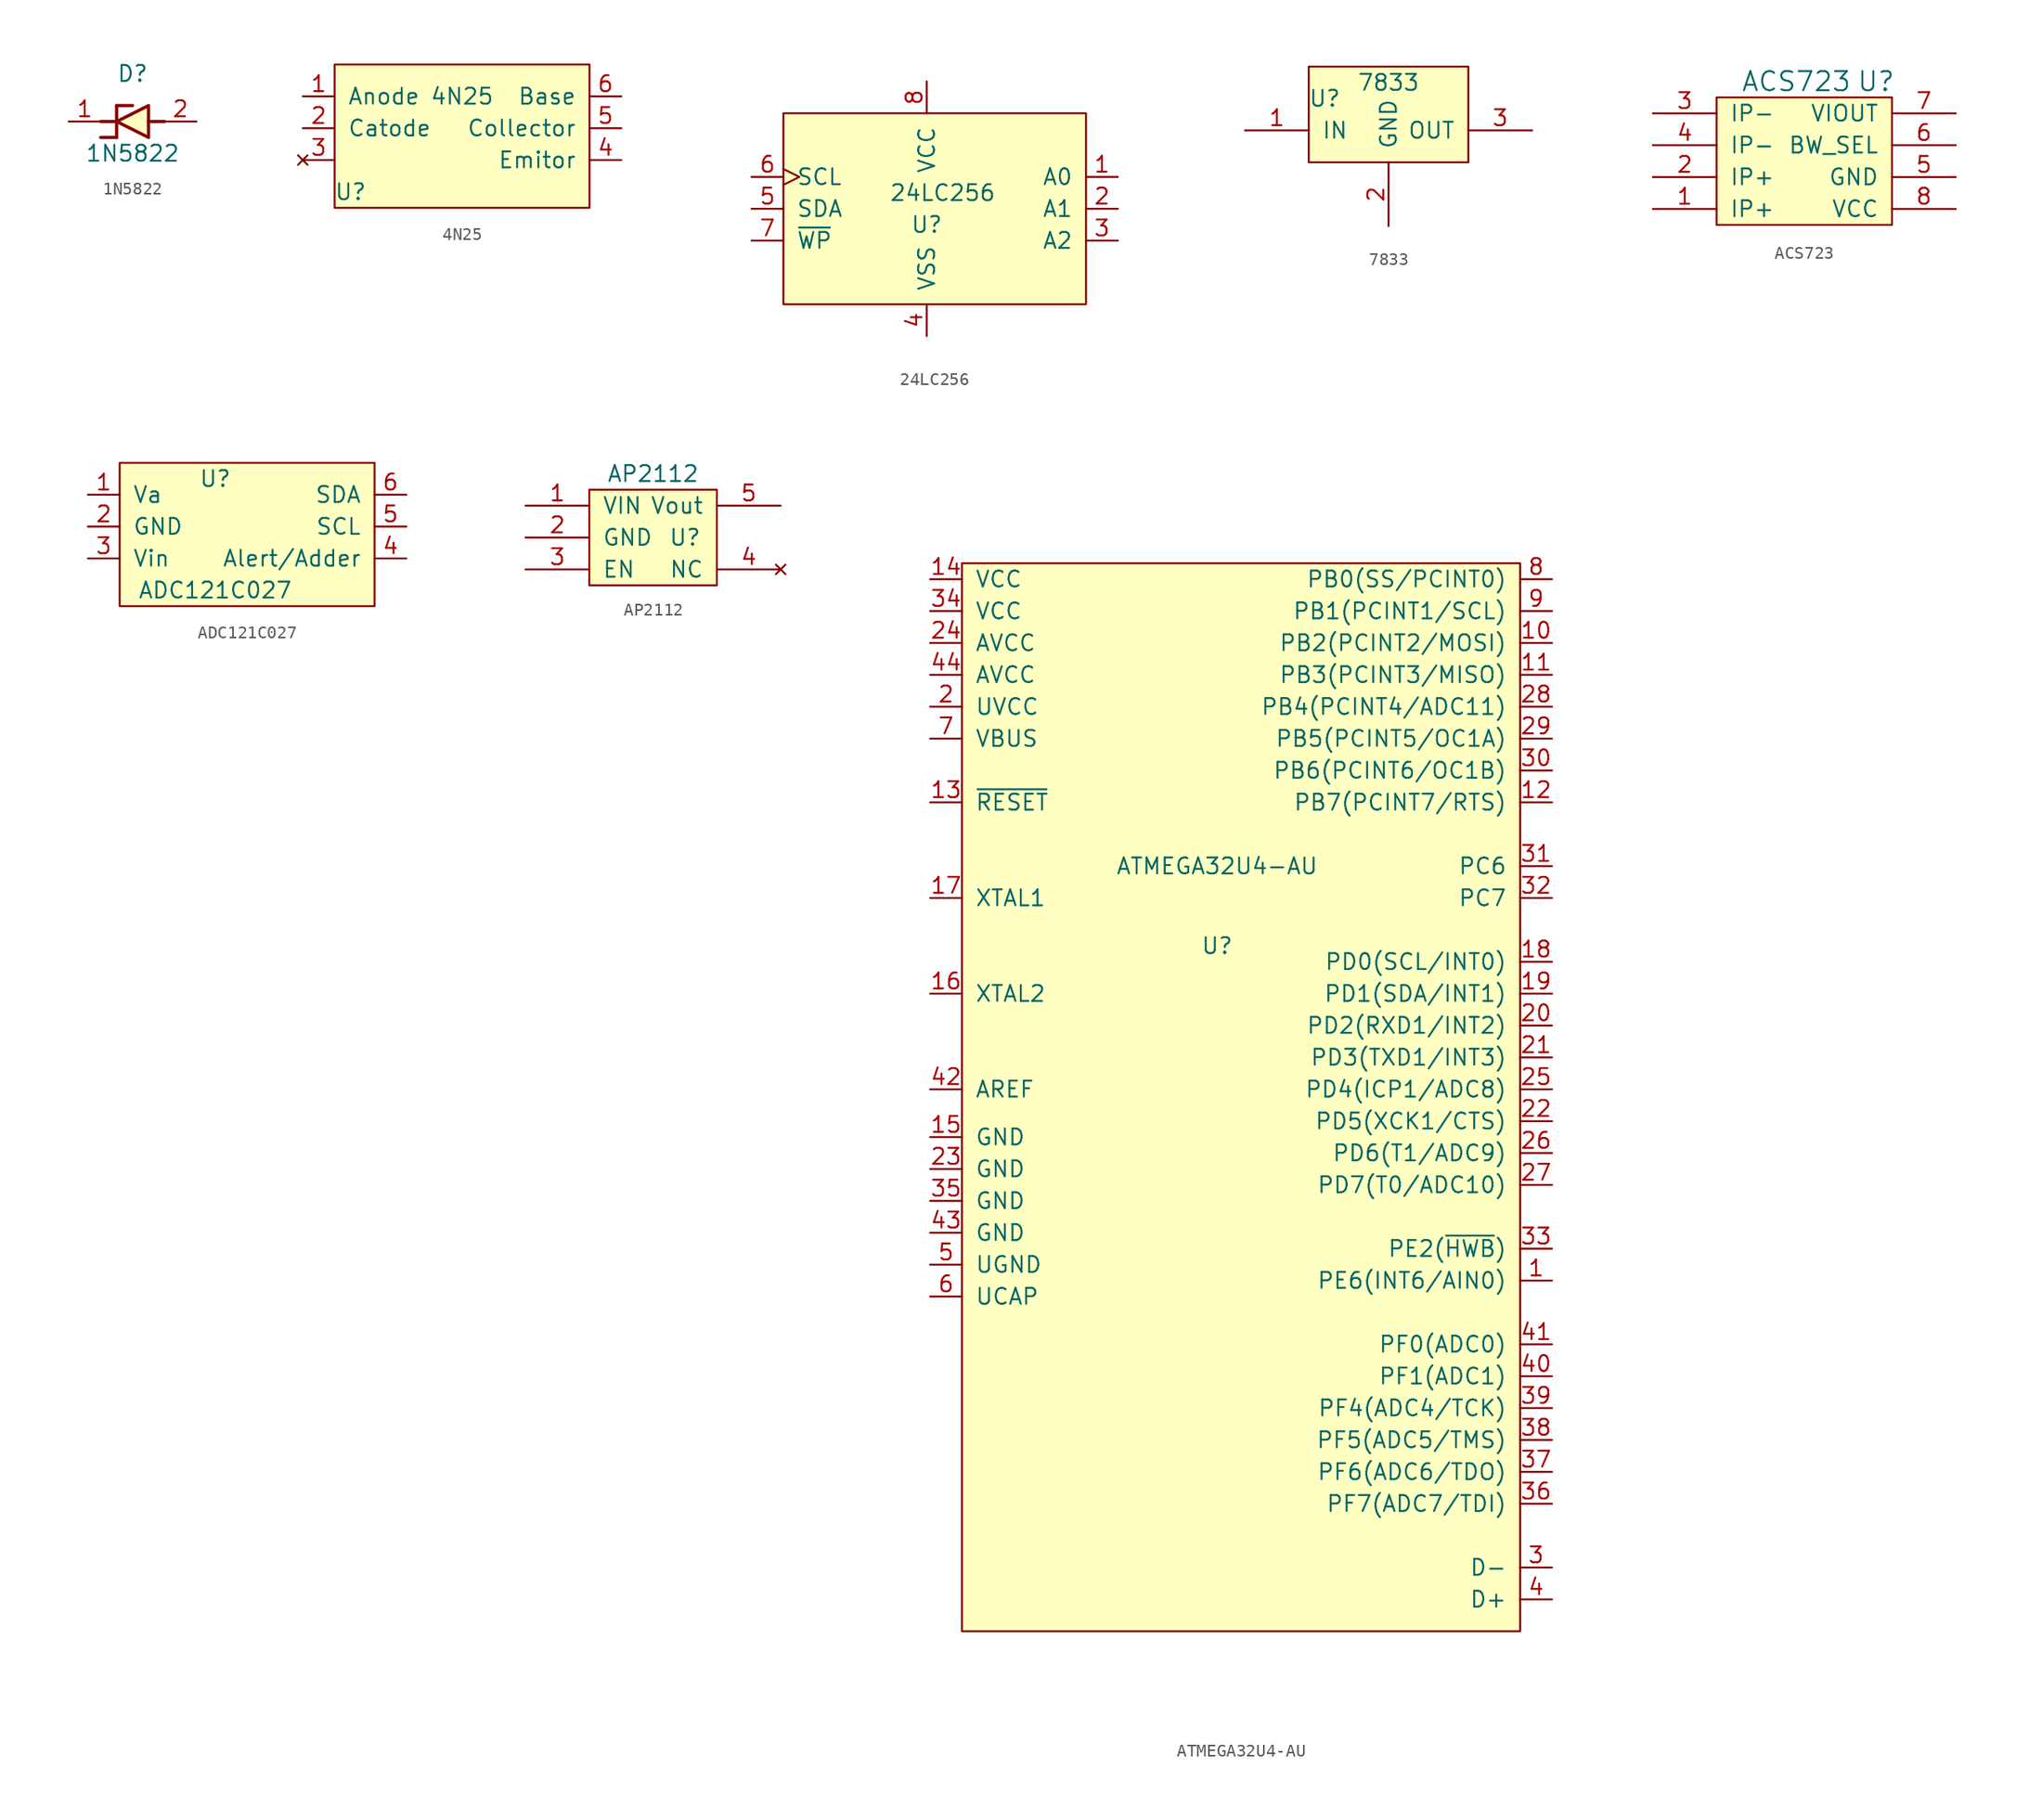
<source format=kicad_sym>
(kicad_symbol_lib
  (version 20201005)
  (generator kicad_symbol_editor)
  (symbol "Halfgelijders:1N5822"
    (pin_names
      (offset 1.016))
    (property "Reference" "D"
      (at 0 3.81 0)
      (effects (font (size 1.27 1.27))))
    (property "Value" "1N5822"
      (at 0 -2.54 0)
      (effects (font (size 1.27 1.27))))
    (symbol "1N5822_0_1"
      (polyline (pts (xy -2.54 0) (xy -1.27 0)) (stroke (width 0.254)) (fill (type none)))
      (polyline (pts (xy -1.27 -1.27) (xy -2.54 -1.27)) (stroke (width 0)) (fill (type none)))
      (polyline (pts (xy -1.27 -1.27) (xy -2.54 -1.27)) (stroke (width 0.254)) (fill (type none)))
      (polyline (pts (xy -1.27 1.27) (xy 0 1.27)) (stroke (width 0)) (fill (type none)))
      (polyline (pts (xy -1.27 1.27) (xy 0 1.27)) (stroke (width 0.254)) (fill (type none)))
      (polyline (pts (xy 2.54 0) (xy 1.27 0)) (stroke (width 0.254)) (fill (type none))))
    (symbol "1N5822_1_1"
      (polyline (pts (xy -1.27 1.27) (xy -1.27 -1.27)) (stroke (width 0.254)) (fill (type none)))
      (polyline (pts (xy 1.27 1.27) (xy 1.27 -1.27) (xy -1.27 0) (xy 1.27 1.27)) (stroke (width 0.254)) (fill (type background)))
      (pin passive line (at -5.08 0 0) (length 2.54) (name "~" (effects (font (size 1.27 1.27)))) (number "1" (effects (font (size 1.27 1.27)))))
      (pin passive line (at 5.08 0 180) (length 2.54) (name "~" (effects (font (size 1.27 1.27)))) (number "2" (effects (font (size 1.27 1.27)))))))
  (symbol "Halfgelijders:4N25"
    (pin_names
      (offset 1.016))
    (property "Reference" "U"
      (at 1.27 -5.08 0)
      (effects (font (size 1.27 1.27))))
    (property "Value" "4N25"
      (at 10.16 2.54 0)
      (effects (font (size 1.27 1.27))))
    (symbol "4N25_0_1"
      (rectangle (start 0 5.08) (end 20.32 -6.35) (stroke (width 0)) (fill (type background))))
    (symbol "4N25_1_1"
      (pin passive line (at -2.54 2.54 0) (length 2.54) (name "Anode" (effects (font (size 1.27 1.27)))) (number "1" (effects (font (size 1.27 1.27)))))
      (pin passive line (at -2.54 0 0) (length 2.54) (name "Catode" (effects (font (size 1.27 1.27)))) (number "2" (effects (font (size 1.27 1.27)))))
      (pin no_connect line (at -2.54 -2.54 0) (length 2.54) (name "~" (effects (font (size 1.27 1.27)))) (number "3" (effects (font (size 1.27 1.27)))))
      (pin passive line (at 22.86 -2.54 180) (length 2.54) (name "Emitor" (effects (font (size 1.27 1.27)))) (number "4" (effects (font (size 1.27 1.27)))))
      (pin passive line (at 22.86 0 180) (length 2.54) (name "Collector" (effects (font (size 1.27 1.27)))) (number "5" (effects (font (size 1.27 1.27)))))
      (pin passive line (at 22.86 2.54 180) (length 2.54) (name "Base" (effects (font (size 1.27 1.27)))) (number "6" (effects (font (size 1.27 1.27)))))))
  (symbol "Halfgelijders:24LC256"
    (pin_names
      (offset 1.016))
    (property "Reference" "U"
      (at 11.43 -3.81 0)
      (effects (font (size 1.27 1.27))))
    (property "Value" "24LC256"
      (at 12.7 -1.27 0)
      (effects (font (size 1.27 1.27))))
    (symbol "24LC256_0_0"
      (rectangle (start 0 5.08) (end 24.13 -10.16) (stroke (width 0)) (fill (type background))))
    (symbol "24LC256_1_1"
      (pin input line (at 26.67 0 180) (length 2.54) (name "A0" (effects (font (size 1.27 1.27)))) (number "1" (effects (font (size 1.27 1.27)))))
      (pin input line (at 26.67 -2.54 180) (length 2.54) (name "A1" (effects (font (size 1.27 1.27)))) (number "2" (effects (font (size 1.27 1.27)))))
      (pin input line (at 26.67 -5.08 180) (length 2.54) (name "A2" (effects (font (size 1.27 1.27)))) (number "3" (effects (font (size 1.27 1.27)))))
      (pin power_out line (at 11.43 -12.7 90) (length 2.54) (name "VSS" (effects (font (size 1.27 1.27)))) (number "4" (effects (font (size 1.27 1.27)))))
      (pin bidirectional line (at -2.54 -2.54 0) (length 2.54) (name "SDA" (effects (font (size 1.27 1.27)))) (number "5" (effects (font (size 1.27 1.27)))))
      (pin input clock (at -2.54 0 0) (length 2.54) (name "SCL" (effects (font (size 1.27 1.27)))) (number "6" (effects (font (size 1.27 1.27)))))
      (pin input line (at -2.54 -5.08 0) (length 2.54) (name "~WP" (effects (font (size 1.27 1.27)))) (number "7" (effects (font (size 1.27 1.27)))))
      (pin power_in line (at 11.43 7.62 270) (length 2.54) (name "VCC" (effects (font (size 1.27 1.27)))) (number "8" (effects (font (size 1.27 1.27)))))))
  (symbol "Halfgelijders:7833"
    (pin_names
      (offset 1.016))
    (property "Reference" "U"
      (at 1.27 3.81 0)
      (effects (font (size 1.27 1.27))))
    (property "Value" "7833"
      (at 6.35 5.08 0)
      (effects (font (size 1.27 1.27))))
    (symbol "7833_0_1"
      (rectangle (start 0 6.35) (end 12.7 -1.27) (stroke (width 0)) (fill (type background))))
    (symbol "7833_1_1"
      (pin power_in line (at -5.08 1.27 0) (length 5.08) (name "IN" (effects (font (size 1.27 1.27)))) (number "1" (effects (font (size 1.27 1.27)))))
      (pin passive line (at 6.35 -6.35 90) (length 5.08) (name "GND" (effects (font (size 1.27 1.27)))) (number "2" (effects (font (size 1.27 1.27)))))
      (pin power_out line (at 17.78 1.27 180) (length 5.08) (name "OUT" (effects (font (size 1.27 1.27)))) (number "3" (effects (font (size 1.27 1.27)))))))
  (symbol "Halfgelijders:ACS723"
    (pin_names
      (offset 1.016))
    (property "Reference" "U"
      (at 5.08 7.62 0)
      (effects (font (size 1.524 1.524))))
    (property "Value" "ACS723"
      (at -1.27 7.62 0)
      (effects (font (size 1.524 1.524))))
    (symbol "ACS723_0_1"
      (rectangle (start -7.62 6.35) (end 6.35 -3.81) (stroke (width 0)) (fill (type background))))
    (symbol "ACS723_1_1"
      (pin input line (at -12.7 -2.54 0) (length 5.08) (name "IP+" (effects (font (size 1.27 1.27)))) (number "1" (effects (font (size 1.27 1.27)))))
      (pin input line (at -12.7 0 0) (length 5.08) (name "IP+" (effects (font (size 1.27 1.27)))) (number "2" (effects (font (size 1.27 1.27)))))
      (pin input line (at -12.7 5.08 0) (length 5.08) (name "IP-" (effects (font (size 1.27 1.27)))) (number "3" (effects (font (size 1.27 1.27)))))
      (pin input line (at -12.7 2.54 0) (length 5.08) (name "IP-" (effects (font (size 1.27 1.27)))) (number "4" (effects (font (size 1.27 1.27)))))
      (pin input line (at 11.43 0 180) (length 5.08) (name "GND" (effects (font (size 1.27 1.27)))) (number "5" (effects (font (size 1.27 1.27)))))
      (pin input line (at 11.43 2.54 180) (length 5.08) (name "BW_SEL" (effects (font (size 1.27 1.27)))) (number "6" (effects (font (size 1.27 1.27)))))
      (pin input line (at 11.43 5.08 180) (length 5.08) (name "VIOUT" (effects (font (size 1.27 1.27)))) (number "7" (effects (font (size 1.27 1.27)))))
      (pin input line (at 11.43 -2.54 180) (length 5.08) (name "VCC" (effects (font (size 1.27 1.27)))) (number "8" (effects (font (size 1.27 1.27)))))))
  (symbol "Halfgelijders:ADC121C027"
    (pin_names
      (offset 1.016))
    (property "Reference" "U"
      (at 7.62 1.27 0)
      (effects (font (size 1.27 1.27))))
    (property "Value" "ADC121C027"
      (at 7.62 -7.62 0)
      (effects (font (size 1.27 1.27))))
    (symbol "ADC121C027_0_1"
      (rectangle (start 0 2.54) (end 20.32 -8.89) (stroke (width 0)) (fill (type background))))
    (symbol "ADC121C027_1_1"
      (pin input line (at -2.54 0 0) (length 2.54) (name "Va" (effects (font (size 1.27 1.27)))) (number "1" (effects (font (size 1.27 1.27)))))
      (pin input line (at -2.54 -2.54 0) (length 2.54) (name "GND" (effects (font (size 1.27 1.27)))) (number "2" (effects (font (size 1.27 1.27)))))
      (pin input line (at -2.54 -5.08 0) (length 2.54) (name "Vin" (effects (font (size 1.27 1.27)))) (number "3" (effects (font (size 1.27 1.27)))))
      (pin input line (at 22.86 -5.08 180) (length 2.54) (name "Alert/Adder" (effects (font (size 1.27 1.27)))) (number "4" (effects (font (size 1.27 1.27)))))
      (pin input line (at 22.86 -2.54 180) (length 2.54) (name "SCL" (effects (font (size 1.27 1.27)))) (number "5" (effects (font (size 1.27 1.27)))))
      (pin input line (at 22.86 0 180) (length 2.54) (name "SDA" (effects (font (size 1.27 1.27)))) (number "6" (effects (font (size 1.27 1.27)))))))
  (symbol "Halfgelijders:AP2112"
    (pin_names
      (offset 1.016))
    (property "Reference" "U"
      (at 7.62 3.81 0)
      (effects (font (size 1.27 1.27))))
    (property "Value" "AP2112"
      (at 5.08 8.89 0)
      (effects (font (size 1.27 1.27))))
    (symbol "AP2112_0_1"
      (rectangle (start 0 7.62) (end 10.16 0) (stroke (width 0)) (fill (type background))))
    (symbol "AP2112_1_1"
      (pin passive line (at -5.08 6.35 0) (length 5.08) (name "VIN" (effects (font (size 1.27 1.27)))) (number "1" (effects (font (size 1.27 1.27)))))
      (pin passive line (at -5.08 3.81 0) (length 5.08) (name "GND" (effects (font (size 1.27 1.27)))) (number "2" (effects (font (size 1.27 1.27)))))
      (pin passive line (at -5.08 1.27 0) (length 5.08) (name "EN" (effects (font (size 1.27 1.27)))) (number "3" (effects (font (size 1.27 1.27)))))
      (pin no_connect line (at 15.24 1.27 180) (length 5.08) (name "NC" (effects (font (size 1.27 1.27)))) (number "4" (effects (font (size 1.27 1.27)))))
      (pin passive line (at 15.24 6.35 180) (length 5.08) (name "Vout" (effects (font (size 1.27 1.27)))) (number "5" (effects (font (size 1.27 1.27)))))))
  (symbol "Halfgelijders:ATMEGA32U4-AU"
    (pin_names
      (offset 1.016))
    (property "Reference" "U"
      (at 20.32 -29.21 0)
      (effects (font (size 1.27 1.27))))
    (property "Value" "ATMEGA32U4-AU"
      (at 20.32 -22.86 0)
      (effects (font (size 1.27 1.27))))
    (symbol "ATMEGA32U4-AU_0_1"
      (rectangle (start 0 1.27) (end 44.45 -83.82) (stroke (width 0)) (fill (type background))))
    (symbol "ATMEGA32U4-AU_1_1"
      (pin output line (at 46.99 -55.88 180) (length 2.54) (name "PE6(INT6/AIN0)" (effects (font (size 1.27 1.27)))) (number "1" (effects (font (size 1.27 1.27)))))
      (pin output line (at 46.99 -5.08 180) (length 2.54) (name "PB2(PCINT2/MOSI)" (effects (font (size 1.27 1.27)))) (number "10" (effects (font (size 1.27 1.27)))))
      (pin output line (at 46.99 -7.62 180) (length 2.54) (name "PB3(PCINT3/MISO)" (effects (font (size 1.27 1.27)))) (number "11" (effects (font (size 1.27 1.27)))))
      (pin output line (at 46.99 -17.78 180) (length 2.54) (name "PB7(PCINT7/RTS)" (effects (font (size 1.27 1.27)))) (number "12" (effects (font (size 1.27 1.27)))))
      (pin input line (at -2.54 -17.78 0) (length 2.54) (name "~RESET" (effects (font (size 1.27 1.27)))) (number "13" (effects (font (size 1.27 1.27)))))
      (pin power_in line (at -2.54 0 0) (length 2.54) (name "VCC" (effects (font (size 1.27 1.27)))) (number "14" (effects (font (size 1.27 1.27)))))
      (pin power_out line (at -2.54 -44.45 0) (length 2.54) (name "GND" (effects (font (size 1.27 1.27)))) (number "15" (effects (font (size 1.27 1.27)))))
      (pin output line (at -2.54 -33.02 0) (length 2.54) (name "XTAL2" (effects (font (size 1.27 1.27)))) (number "16" (effects (font (size 1.27 1.27)))))
      (pin output line (at -2.54 -25.4 0) (length 2.54) (name "XTAL1" (effects (font (size 1.27 1.27)))) (number "17" (effects (font (size 1.27 1.27)))))
      (pin output line (at 46.99 -30.48 180) (length 2.54) (name "PD0(SCL/INT0)" (effects (font (size 1.27 1.27)))) (number "18" (effects (font (size 1.27 1.27)))))
      (pin output line (at 46.99 -33.02 180) (length 2.54) (name "PD1(SDA/INT1)" (effects (font (size 1.27 1.27)))) (number "19" (effects (font (size 1.27 1.27)))))
      (pin power_in line (at -2.54 -10.16 0) (length 2.54) (name "UVCC" (effects (font (size 1.27 1.27)))) (number "2" (effects (font (size 1.27 1.27)))))
      (pin output line (at 46.99 -35.56 180) (length 2.54) (name "PD2(RXD1/INT2)" (effects (font (size 1.27 1.27)))) (number "20" (effects (font (size 1.27 1.27)))))
      (pin output line (at 46.99 -38.1 180) (length 2.54) (name "PD3(TXD1/INT3)" (effects (font (size 1.27 1.27)))) (number "21" (effects (font (size 1.27 1.27)))))
      (pin output line (at 46.99 -43.18 180) (length 2.54) (name "PD5(XCK1/CTS)" (effects (font (size 1.27 1.27)))) (number "22" (effects (font (size 1.27 1.27)))))
      (pin power_out line (at -2.54 -46.99 0) (length 2.54) (name "GND" (effects (font (size 1.27 1.27)))) (number "23" (effects (font (size 1.27 1.27)))))
      (pin power_in line (at -2.54 -5.08 0) (length 2.54) (name "AVCC" (effects (font (size 1.27 1.27)))) (number "24" (effects (font (size 1.27 1.27)))))
      (pin output line (at 46.99 -40.64 180) (length 2.54) (name "PD4(ICP1/ADC8)" (effects (font (size 1.27 1.27)))) (number "25" (effects (font (size 1.27 1.27)))))
      (pin output line (at 46.99 -45.72 180) (length 2.54) (name "PD6(T1/ADC9)" (effects (font (size 1.27 1.27)))) (number "26" (effects (font (size 1.27 1.27)))))
      (pin output line (at 46.99 -48.26 180) (length 2.54) (name "PD7(T0/ADC10)" (effects (font (size 1.27 1.27)))) (number "27" (effects (font (size 1.27 1.27)))))
      (pin output line (at 46.99 -10.16 180) (length 2.54) (name "PB4(PCINT4/ADC11)" (effects (font (size 1.27 1.27)))) (number "28" (effects (font (size 1.27 1.27)))))
      (pin output line (at 46.99 -12.7 180) (length 2.54) (name "PB5(PCINT5/OC1A)" (effects (font (size 1.27 1.27)))) (number "29" (effects (font (size 1.27 1.27)))))
      (pin bidirectional line (at 46.99 -78.74 180) (length 2.54) (name "D-" (effects (font (size 1.27 1.27)))) (number "3" (effects (font (size 1.27 1.27)))))
      (pin output line (at 46.99 -15.24 180) (length 2.54) (name "PB6(PCINT6/OC1B)" (effects (font (size 1.27 1.27)))) (number "30" (effects (font (size 1.27 1.27)))))
      (pin output line (at 46.99 -22.86 180) (length 2.54) (name "PC6" (effects (font (size 1.27 1.27)))) (number "31" (effects (font (size 1.27 1.27)))))
      (pin output line (at 46.99 -25.4 180) (length 2.54) (name "PC7" (effects (font (size 1.27 1.27)))) (number "32" (effects (font (size 1.27 1.27)))))
      (pin output line (at 46.99 -53.34 180) (length 2.54) (name "PE2(~HWB)" (effects (font (size 1.27 1.27)))) (number "33" (effects (font (size 1.27 1.27)))))
      (pin power_in line (at -2.54 -2.54 0) (length 2.54) (name "VCC" (effects (font (size 1.27 1.27)))) (number "34" (effects (font (size 1.27 1.27)))))
      (pin power_out line (at -2.54 -49.53 0) (length 2.54) (name "GND" (effects (font (size 1.27 1.27)))) (number "35" (effects (font (size 1.27 1.27)))))
      (pin output line (at 46.99 -73.66 180) (length 2.54) (name "PF7(ADC7/TDI)" (effects (font (size 1.27 1.27)))) (number "36" (effects (font (size 1.27 1.27)))))
      (pin output line (at 46.99 -71.12 180) (length 2.54) (name "PF6(ADC6/TDO)" (effects (font (size 1.27 1.27)))) (number "37" (effects (font (size 1.27 1.27)))))
      (pin output line (at 46.99 -68.58 180) (length 2.54) (name "PF5(ADC5/TMS)" (effects (font (size 1.27 1.27)))) (number "38" (effects (font (size 1.27 1.27)))))
      (pin output line (at 46.99 -66.04 180) (length 2.54) (name "PF4(ADC4/TCK)" (effects (font (size 1.27 1.27)))) (number "39" (effects (font (size 1.27 1.27)))))
      (pin bidirectional line (at 46.99 -81.28 180) (length 2.54) (name "D+" (effects (font (size 1.27 1.27)))) (number "4" (effects (font (size 1.27 1.27)))))
      (pin output line (at 46.99 -63.5 180) (length 2.54) (name "PF1(ADC1)" (effects (font (size 1.27 1.27)))) (number "40" (effects (font (size 1.27 1.27)))))
      (pin output line (at 46.99 -60.96 180) (length 2.54) (name "PF0(ADC0)" (effects (font (size 1.27 1.27)))) (number "41" (effects (font (size 1.27 1.27)))))
      (pin unspecified line (at -2.54 -40.64 0) (length 2.54) (name "AREF" (effects (font (size 1.27 1.27)))) (number "42" (effects (font (size 1.27 1.27)))))
      (pin power_out line (at -2.54 -52.07 0) (length 2.54) (name "GND" (effects (font (size 1.27 1.27)))) (number "43" (effects (font (size 1.27 1.27)))))
      (pin power_in line (at -2.54 -7.62 0) (length 2.54) (name "AVCC" (effects (font (size 1.27 1.27)))) (number "44" (effects (font (size 1.27 1.27)))))
      (pin power_out line (at -2.54 -54.61 0) (length 2.54) (name "UGND" (effects (font (size 1.27 1.27)))) (number "5" (effects (font (size 1.27 1.27)))))
      (pin power_out line (at -2.54 -57.15 0) (length 2.54) (name "UCAP" (effects (font (size 1.27 1.27)))) (number "6" (effects (font (size 1.27 1.27)))))
      (pin power_in line (at -2.54 -12.7 0) (length 2.54) (name "VBUS" (effects (font (size 1.27 1.27)))) (number "7" (effects (font (size 1.27 1.27)))))
      (pin output line (at 46.99 0 180) (length 2.54) (name "PB0(SS/PCINT0)" (effects (font (size 1.27 1.27)))) (number "8" (effects (font (size 1.27 1.27)))))
      (pin output line (at 46.99 -2.54 180) (length 2.54) (name "PB1(PCINT1/SCL)" (effects (font (size 1.27 1.27)))) (number "9" (effects (font (size 1.27 1.27))))))))
</source>
